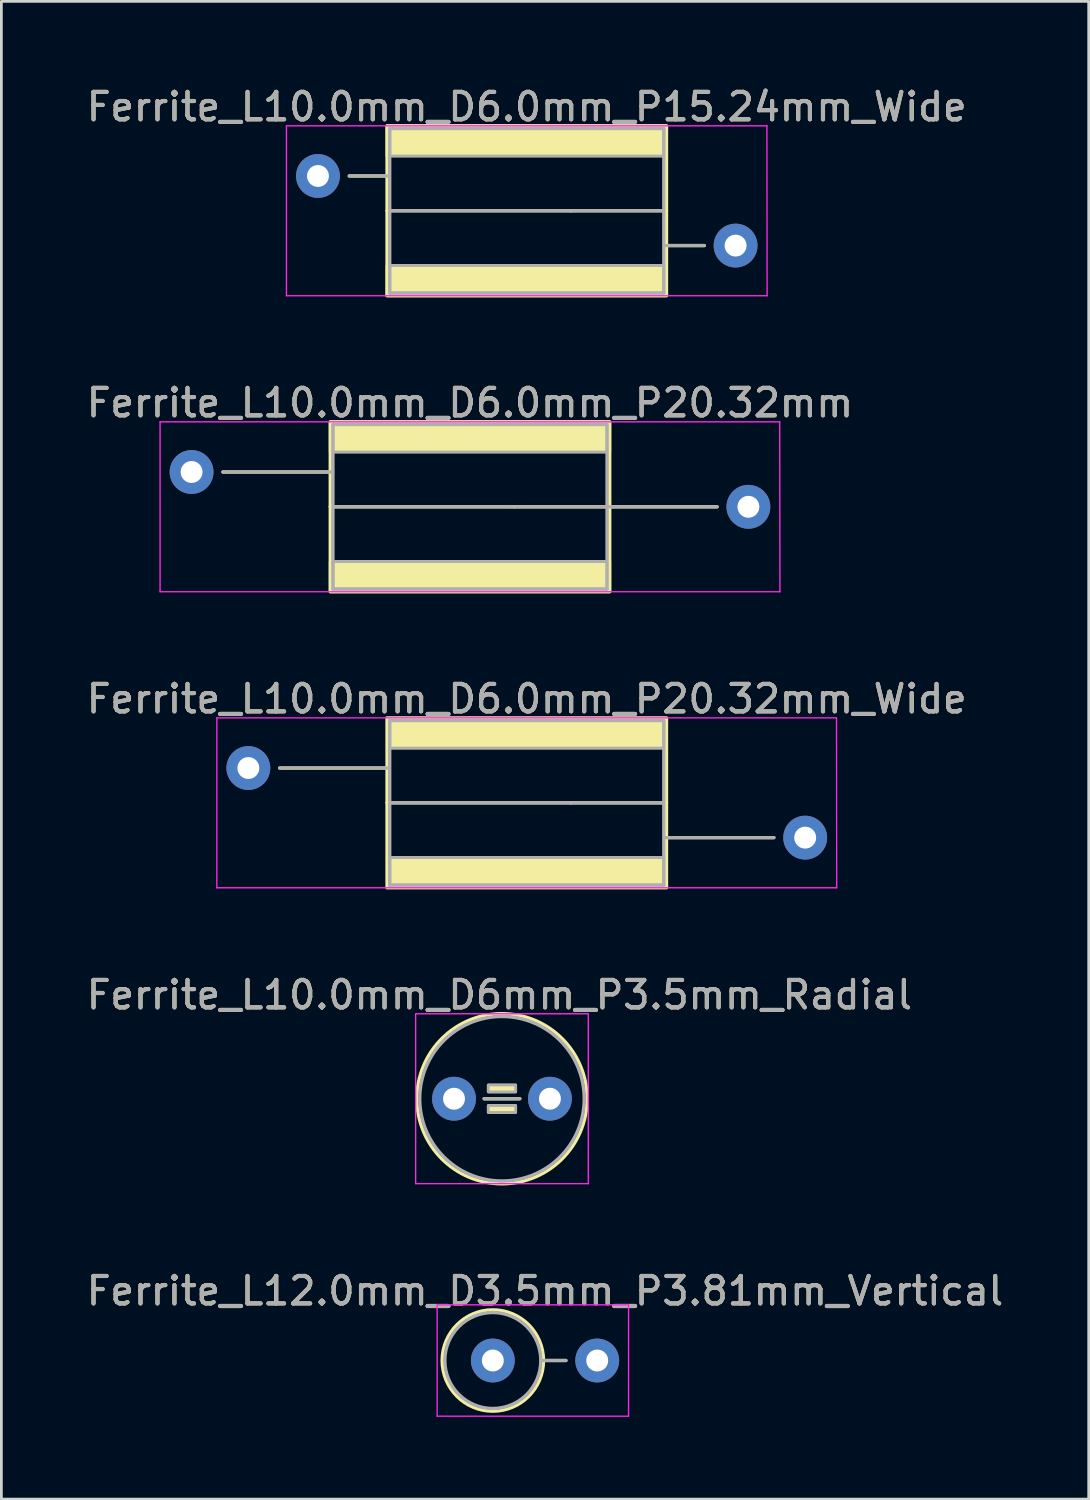
<source format=kicad_pcb>
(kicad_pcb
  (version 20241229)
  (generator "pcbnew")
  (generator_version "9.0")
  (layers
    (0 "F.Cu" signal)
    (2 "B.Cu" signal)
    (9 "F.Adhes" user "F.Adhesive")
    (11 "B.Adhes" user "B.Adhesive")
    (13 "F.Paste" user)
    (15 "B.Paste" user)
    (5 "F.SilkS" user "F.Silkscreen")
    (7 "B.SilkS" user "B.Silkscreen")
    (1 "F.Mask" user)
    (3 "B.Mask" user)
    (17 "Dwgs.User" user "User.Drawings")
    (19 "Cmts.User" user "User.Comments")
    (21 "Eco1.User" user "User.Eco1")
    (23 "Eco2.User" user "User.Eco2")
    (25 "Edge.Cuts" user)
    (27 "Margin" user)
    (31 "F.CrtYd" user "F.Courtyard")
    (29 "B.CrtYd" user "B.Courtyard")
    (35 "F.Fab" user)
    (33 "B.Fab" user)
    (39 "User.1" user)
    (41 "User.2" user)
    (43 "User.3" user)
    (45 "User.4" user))
  (footprint "Ferrite_L10.0mm_D6.0mm_P20.32mm"
    (layer "F.Cu")
    (at 3.941 15.444)
    (property "Reference" "Ferrite_L10.0mm_D6.0mm_P20.32mm" (at 10.16 -3.794 0) (layer "F.SilkS") (effects (font (size 1 1) (thickness 0.15))))
    (fp_line (start 1.143 -1.27) (end 5.06 -1.27) (stroke (width 0.12) (type solid)) (layer "F.SilkS"))
    (fp_line (start 11.774 0.000002) (end 5.06 0) (stroke (width 0.12) (type solid)) (layer "F.SilkS"))
    (fp_line (start 11.774 0.000002) (end 15.113 0) (stroke (width 0.12) (type solid)) (layer "F.SilkS"))
    (fp_line (start 19.177 0) (end 15.177 0) (stroke (width 0.12) (type solid)) (layer "F.SilkS"))
    (fp_rect (start 5.06 -3.1) (end 15.26 3.1) (stroke (width 0.12) (type solid)) (fill no) (layer "F.SilkS"))
    (fp_poly (pts (xy 15.26 -2) (xy 5.06 -2) (xy 5.06 -3.1) (xy 15.26 -3.1)) (stroke (width 0.1) (type solid)) (fill yes) (layer "F.SilkS"))
    (fp_poly (pts (xy 15.26 3.1) (xy 5.06 3.1) (xy 5.06 2) (xy 15.26 2)) (stroke (width 0.1) (type solid)) (fill yes) (layer "F.SilkS"))
    (fp_line (start -1.15 -3.1) (end 21.463 -3.1) (stroke (width 0.05) (type solid)) (layer "F.CrtYd"))
    (fp_line (start -1.15 3.1) (end -1.15 -3.1) (stroke (width 0.05) (type solid)) (layer "F.CrtYd"))
    (fp_line (start 21.463 -3.1) (end 21.47 3.1) (stroke (width 0.05) (type solid)) (layer "F.CrtYd"))
    (fp_line (start 21.47 3.1) (end -1.15 3.1) (stroke (width 0.05) (type solid)) (layer "F.CrtYd"))
    (fp_line (start 1.143 -1.27) (end 5.144 -1.27) (stroke (width 0.12) (type solid)) (layer "F.Fab"))
    (fp_line (start 5.16 -3) (end 5.16 3) (stroke (width 0.12) (type solid)) (layer "F.Fab"))
    (fp_line (start 11.647 0.000002) (end 5.207 0) (stroke (width 0.12) (type solid)) (layer "F.Fab"))
    (fp_line (start 11.684 0) (end 15.113 0) (stroke (width 0.12) (type solid)) (layer "F.Fab"))
    (fp_line (start 15.16 -3) (end 5.16 -3) (stroke (width 0.12) (type solid)) (layer "F.Fab"))
    (fp_line (start 15.16 -3) (end 15.16 3) (stroke (width 0.12) (type solid)) (layer "F.Fab"))
    (fp_line (start 15.16 3) (end 5.16 3) (stroke (width 0.12) (type solid)) (layer "F.Fab"))
    (fp_line (start 19.177 0) (end 15.177 0) (stroke (width 0.12) (type solid)) (layer "F.Fab"))
    (fp_poly (pts (xy 15.16 -2) (xy 5.16 -2) (xy 5.16 -3) (xy 15.16 -3)) (stroke (width 0.1) (type solid)) (fill no) (layer "F.Fab"))
    (fp_poly (pts (xy 15.16 3) (xy 5.16 3) (xy 5.16 2) (xy 15.16 2)) (stroke (width 0.1) (type solid)) (fill no) (layer "F.Fab"))
    (fp_text user "${REFERENCE}" (at 10.16 -3.793 0) (layer "F.Fab") (effects (font (size 1 1) (thickness 0.15))))
    (pad "1" thru_hole circle (at 0 -1.27) (size 1.6 1.6) (drill 0.8) (layers "*.Cu" "*.Mask"))
    (pad "2" thru_hole circle (at 20.32 0) (size 1.6 1.6) (drill 0.8) (layers "*.Cu" "*.Mask")))
  (footprint "Ferrite_L10.0mm_D6mm_P3.5mm_Radial"
    (layer "F.Cu")
    (at 13.518 37.045)
    (property "Reference" "Ferrite_L10.0mm_D6mm_P3.5mm_Radial" (at 1.655 -3.79 0) (layer "F.SilkS") (effects (font (size 1 1) (thickness 0.15))))
    (fp_line (start 1.1 0) (end 2.4 0) (stroke (width 0.12) (type solid)) (layer "F.SilkS"))
    (fp_circle (center 1.75 0) (end 4.855 0) (stroke (width 0.12) (type solid)) (fill no) (layer "F.SilkS"))
    (fp_poly (pts (xy 2.25 -0.25) (xy 1.25 -0.25) (xy 1.25 -0.5) (xy 2.25 -0.5)) (stroke (width 0.1) (type solid)) (fill yes) (layer "F.SilkS"))
    (fp_poly (pts (xy 2.25 0.5) (xy 1.25 0.5) (xy 1.25 0.25) (xy 2.25 0.25)) (stroke (width 0.1) (type solid)) (fill yes) (layer "F.SilkS"))
    (fp_line (start -1.4 -3.1) (end 4.9 -3.1) (stroke (width 0.05) (type solid)) (layer "F.CrtYd"))
    (fp_line (start -1.4 3.1) (end -1.4 -3.1) (stroke (width 0.05) (type solid)) (layer "F.CrtYd"))
    (fp_line (start 4.9 -3.1) (end 4.9 3.1) (stroke (width 0.05) (type solid)) (layer "F.CrtYd"))
    (fp_line (start 4.9 3.1) (end -1.4 3.1) (stroke (width 0.05) (type solid)) (layer "F.CrtYd"))
    (fp_line (start 1.1 0) (end 2.4 0) (stroke (width 0.12) (type solid)) (layer "F.Fab"))
    (fp_circle (center 1.75 0) (end 4.75 0) (stroke (width 0.12) (type solid)) (fill no) (layer "F.Fab"))
    (fp_poly (pts (xy 2.25 -0.25) (xy 1.25 -0.25) (xy 1.25 -0.5) (xy 2.25 -0.5)) (stroke (width 0.1) (type solid)) (fill no) (layer "F.Fab"))
    (fp_poly (pts (xy 2.25 0.5) (xy 1.25 0.5) (xy 1.25 0.25) (xy 2.25 0.25)) (stroke (width 0.1) (type solid)) (fill no) (layer "F.Fab"))
    (fp_text user "${REFERENCE}" (at 1.655 -3.789 0) (layer "F.Fab") (effects (font (size 1 1) (thickness 0.15))))
    (pad "1" thru_hole circle (at 0 0) (size 1.6 1.6) (drill 0.8) (layers "*.Cu" "*.Mask"))
    (pad "2" thru_hole circle (at 3.5 0) (size 1.6 1.6) (drill 0.8) (layers "*.Cu" "*.Mask")))
  (footprint "Ferrite_L10.0mm_D6.0mm_P15.24mm_Wide"
    (layer "F.Cu")
    (at 8.553 4.642)
    (property "Reference" "Ferrite_L10.0mm_D6.0mm_P15.24mm_Wide" (at 7.62 -3.794 0) (layer "F.SilkS") (effects (font (size 1 1) (thickness 0.15))))
    (fp_line (start 1.143 -1.27) (end 2.52 -1.27) (stroke (width 0.12) (type solid)) (layer "F.SilkS"))
    (fp_line (start 9.234 0.000002) (end 2.52 0) (stroke (width 0.12) (type solid)) (layer "F.SilkS"))
    (fp_line (start 9.234 0.000002) (end 12.72 0) (stroke (width 0.12) (type solid)) (layer "F.SilkS"))
    (fp_line (start 14.097 1.27) (end 12.72 1.27) (stroke (width 0.12) (type solid)) (layer "F.SilkS"))
    (fp_rect (start 2.52 -3.1) (end 12.72 3.1) (stroke (width 0.12) (type solid)) (fill no) (layer "F.SilkS"))
    (fp_poly (pts (xy 12.72 -2) (xy 2.52 -2) (xy 2.52 -3.1) (xy 12.72 -3.1)) (stroke (width 0.1) (type solid)) (fill yes) (layer "F.SilkS"))
    (fp_poly (pts (xy 12.72 3.1) (xy 2.52 3.1) (xy 2.52 2) (xy 12.72 2)) (stroke (width 0.1) (type solid)) (fill yes) (layer "F.SilkS"))
    (fp_line (start -1.15 -3.1) (end 16.383 -3.1) (stroke (width 0.05) (type solid)) (layer "F.CrtYd"))
    (fp_line (start -1.15 3.1) (end -1.15 -3.1) (stroke (width 0.05) (type solid)) (layer "F.CrtYd"))
    (fp_line (start 16.383 -3.1) (end 16.39 3.1) (stroke (width 0.05) (type solid)) (layer "F.CrtYd"))
    (fp_line (start 16.39 3.1) (end -1.15 3.1) (stroke (width 0.05) (type solid)) (layer "F.CrtYd"))
    (fp_line (start 1.143 -1.27) (end 2.603 -1.27) (stroke (width 0.12) (type solid)) (layer "F.Fab"))
    (fp_line (start 2.62 -3) (end 2.62 3) (stroke (width 0.12) (type solid)) (layer "F.Fab"))
    (fp_line (start 9.107 0.000002) (end 2.667 0) (stroke (width 0.12) (type solid)) (layer "F.Fab"))
    (fp_line (start 9.144 0) (end 12.573 0) (stroke (width 0.12) (type solid)) (layer "F.Fab"))
    (fp_line (start 12.62 -3) (end 2.62 -3) (stroke (width 0.12) (type solid)) (layer "F.Fab"))
    (fp_line (start 12.62 -3) (end 12.62 3) (stroke (width 0.12) (type solid)) (layer "F.Fab"))
    (fp_line (start 12.62 3) (end 2.62 3) (stroke (width 0.12) (type solid)) (layer "F.Fab"))
    (fp_line (start 14.097 1.27) (end 12.636 1.27) (stroke (width 0.12) (type solid)) (layer "F.Fab"))
    (fp_poly (pts (xy 12.62 -2) (xy 2.62 -2) (xy 2.62 -3) (xy 12.62 -3)) (stroke (width 0.1) (type solid)) (fill no) (layer "F.Fab"))
    (fp_poly (pts (xy 12.62 3) (xy 2.62 3) (xy 2.62 2) (xy 12.62 2)) (stroke (width 0.1) (type solid)) (fill no) (layer "F.Fab"))
    (fp_text user "${REFERENCE}" (at 7.62 -3.793 0) (layer "F.Fab") (effects (font (size 1 1) (thickness 0.15))))
    (pad "1" thru_hole circle (at 0 -1.27) (size 1.6 1.6) (drill 0.8) (layers "*.Cu" "*.Mask"))
    (pad "2" thru_hole circle (at 15.24 1.27) (size 1.6 1.6) (drill 0.8) (layers "*.Cu" "*.Mask")))
  (footprint "Ferrite_L10.0mm_D6.0mm_P20.32mm_Wide"
    (layer "F.Cu")
    (at 6.013 26.247)
    (property "Reference" "Ferrite_L10.0mm_D6.0mm_P20.32mm_Wide" (at 10.16 -3.794 0) (layer "F.SilkS") (effects (font (size 1 1) (thickness 0.15))))
    (fp_line (start 1.143 -1.27) (end 5.06 -1.27) (stroke (width 0.12) (type solid)) (layer "F.SilkS"))
    (fp_line (start 11.774 0.000002) (end 5.06 0) (stroke (width 0.12) (type solid)) (layer "F.SilkS"))
    (fp_line (start 11.774 0.000002) (end 15.26 0) (stroke (width 0.12) (type solid)) (layer "F.SilkS"))
    (fp_line (start 19.177 1.27) (end 15.26 1.27) (stroke (width 0.12) (type solid)) (layer "F.SilkS"))
    (fp_rect (start 5.06 -3.1) (end 15.26 3.1) (stroke (width 0.12) (type solid)) (fill no) (layer "F.SilkS"))
    (fp_poly (pts (xy 15.16 -2) (xy 5.16 -2) (xy 5.16 -3) (xy 15.16 -3)) (stroke (width 0.1) (type solid)) (fill yes) (layer "F.SilkS"))
    (fp_poly (pts (xy 15.16 3) (xy 5.16 3) (xy 5.16 2) (xy 15.16 2)) (stroke (width 0.1) (type solid)) (fill yes) (layer "F.SilkS"))
    (fp_line (start -1.15 -3.1) (end 21.463 -3.1) (stroke (width 0.05) (type solid)) (layer "F.CrtYd"))
    (fp_line (start -1.15 3.1) (end -1.15 -3.1) (stroke (width 0.05) (type solid)) (layer "F.CrtYd"))
    (fp_line (start 21.463 -3.1) (end 21.47 3.1) (stroke (width 0.05) (type solid)) (layer "F.CrtYd"))
    (fp_line (start 21.47 3.1) (end -1.15 3.1) (stroke (width 0.05) (type solid)) (layer "F.CrtYd"))
    (fp_line (start 1.143 -1.27) (end 5.144 -1.27) (stroke (width 0.12) (type solid)) (layer "F.Fab"))
    (fp_line (start 5.16 -3) (end 5.16 3) (stroke (width 0.12) (type solid)) (layer "F.Fab"))
    (fp_line (start 11.647 0.000002) (end 5.207 0) (stroke (width 0.12) (type solid)) (layer "F.Fab"))
    (fp_line (start 11.684 0) (end 15.113 0) (stroke (width 0.12) (type solid)) (layer "F.Fab"))
    (fp_line (start 15.16 -3) (end 5.16 -3) (stroke (width 0.12) (type solid)) (layer "F.Fab"))
    (fp_line (start 15.16 -3) (end 15.16 3) (stroke (width 0.12) (type solid)) (layer "F.Fab"))
    (fp_line (start 15.16 3) (end 5.16 3) (stroke (width 0.12) (type solid)) (layer "F.Fab"))
    (fp_line (start 19.177 1.27) (end 15.177 1.27) (stroke (width 0.12) (type solid)) (layer "F.Fab"))
    (fp_poly (pts (xy 15.16 -2) (xy 5.16 -2) (xy 5.16 -3) (xy 15.16 -3)) (stroke (width 0.1) (type solid)) (fill no) (layer "F.Fab"))
    (fp_poly (pts (xy 15.16 3) (xy 5.16 3) (xy 5.16 2) (xy 15.16 2)) (stroke (width 0.1) (type solid)) (fill no) (layer "F.Fab"))
    (fp_text user "${REFERENCE}" (at 10.16 -3.793 0) (layer "F.Fab") (effects (font (size 1 1) (thickness 0.15))))
    (pad "1" thru_hole circle (at 0 -1.27) (size 1.6 1.6) (drill 0.8) (layers "*.Cu" "*.Mask"))
    (pad "2" thru_hole circle (at 20.32 1.27) (size 1.6 1.6) (drill 0.8) (layers "*.Cu" "*.Mask")))
  (footprint "Ferrite_L12.0mm_D3.5mm_P3.81mm_Vertical"
    (layer "F.Cu")
    (at 14.934 46.598)
    (property "Reference" "Ferrite_L12.0mm_D3.5mm_P3.81mm_Vertical" (at 1.905 -2.54 0) (layer "F.SilkS") (effects (font (size 1 1) (thickness 0.15))))
    (fp_line (start 1.85 0) (end 2.667 0) (stroke (width 0.12) (type solid)) (layer "F.SilkS"))
    (fp_circle (center 0 0) (end 0 -1.85) (stroke (width 0.12) (type solid)) (fill no) (layer "F.SilkS"))
    (fp_line (start -2.032 -2.032) (end 4.953 -2.032) (stroke (width 0.05) (type solid)) (layer "F.CrtYd"))
    (fp_line (start -2.032 2.032) (end -2.032 -2.032) (stroke (width 0.05) (type solid)) (layer "F.CrtYd"))
    (fp_line (start 4.953 -2.032) (end 4.953 2.032) (stroke (width 0.05) (type solid)) (layer "F.CrtYd"))
    (fp_line (start 4.953 2.032) (end -2.032 2.032) (stroke (width 0.05) (type solid)) (layer "F.CrtYd"))
    (fp_line (start 1.75 0) (end 2.667 0) (stroke (width 0.12) (type solid)) (layer "F.Fab"))
    (fp_circle (center 0 0) (end 0 -1.75) (stroke (width 0.12) (type solid)) (fill no) (layer "F.Fab"))
    (fp_text user "${REFERENCE}" (at 1.905 -2.539 0) (layer "F.Fab") (effects (font (size 1 1) (thickness 0.15))))
    (pad "1" thru_hole circle (at 0 0) (size 1.6 1.6) (drill 0.8) (layers "*.Cu" "*.Mask"))
    (pad "2" thru_hole circle (at 3.81 0) (size 1.6 1.6) (drill 0.8) (layers "*.Cu" "*.Mask")))
  (gr_rect
    (start -3 -3)
    (end 36.679 51.655)
    (stroke (width 0.1) (type default))
    (fill no)
    (layer "Edge.Cuts")))
</source>
